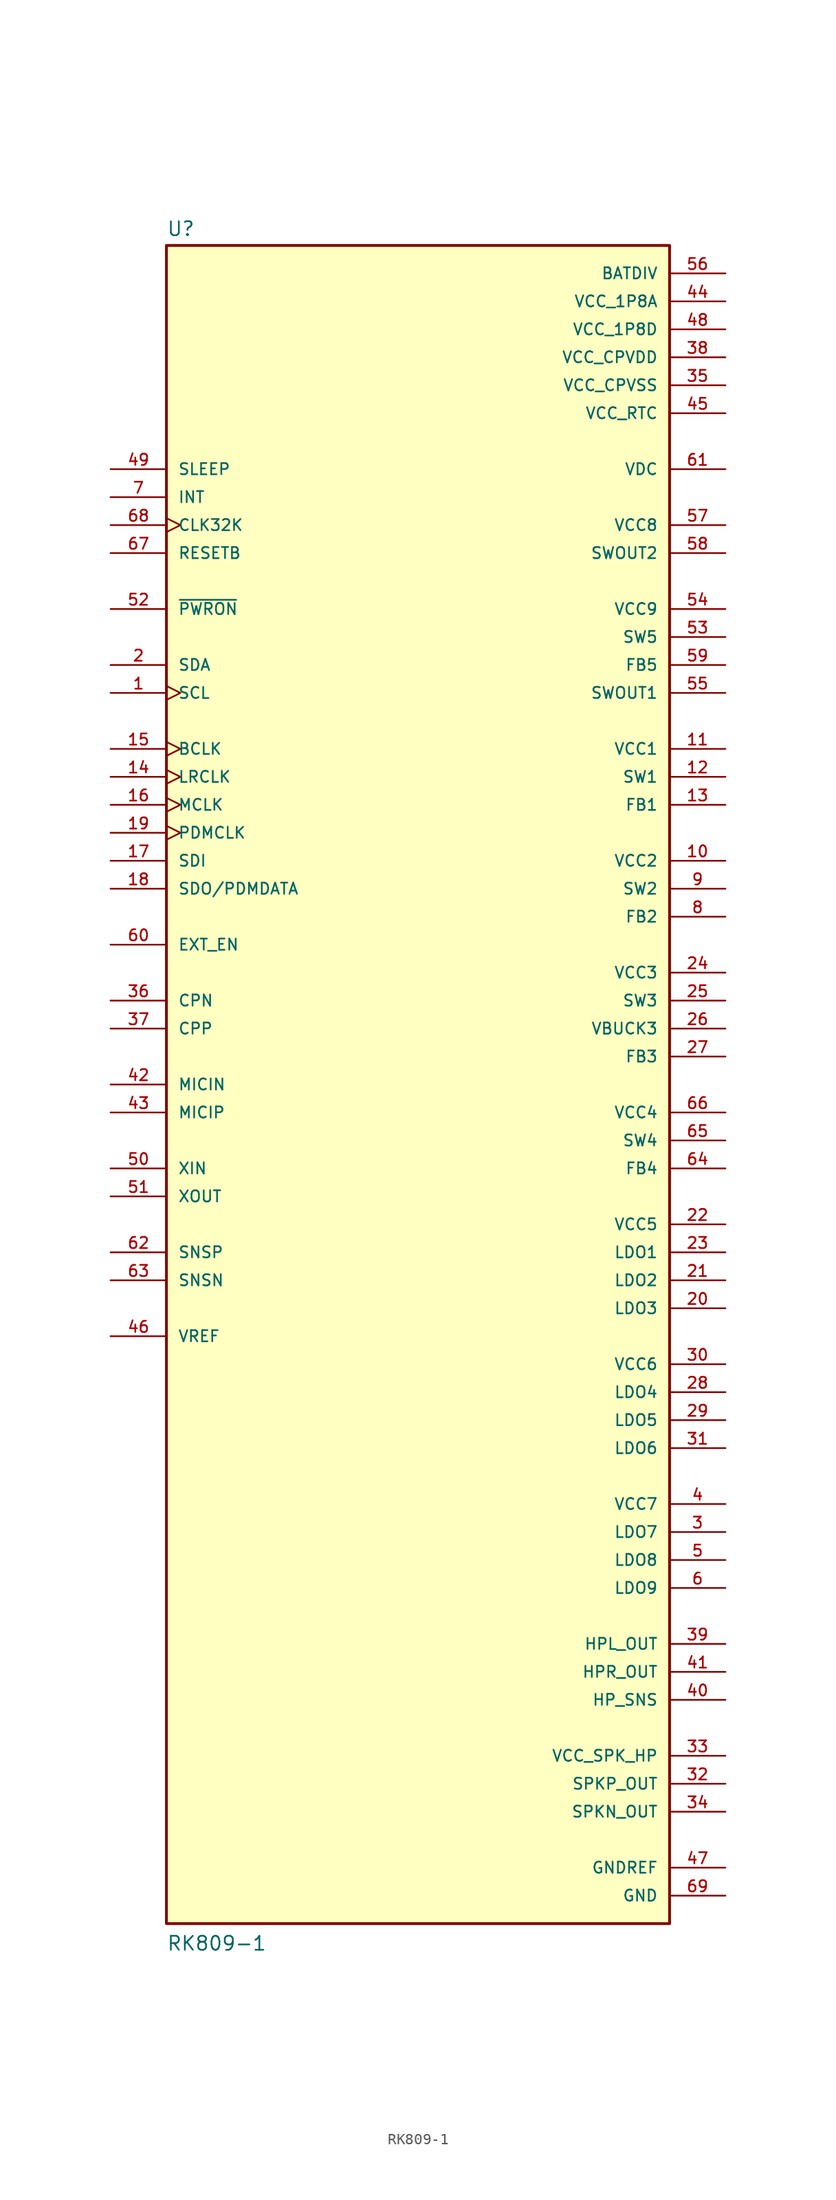
<source format=kicad_sym>
(kicad_symbol_lib
  (version 20211014)
  (generator kicad_symbol_editor)
  (symbol "RK809-1"
    (pin_names
      (offset 1.016))
    (property "Reference" "U"
      (at -22.86 76.962 0)
      (effects (font (size 1.27 1.27)) (justify bottom left)))
    (property "Value" "RK809-1"
      (at -22.86 -78.74 0)
      (effects (font (size 1.27 1.27)) (justify bottom left)))
    (symbol "RK809-1_0_0"
      (rectangle (start -22.86 -76.2) (end 22.86 76.2) (stroke (width 0.254)) (fill (type background)))
      (pin output line (at 27.94 17.78 180.0) (length 5.08) (name "SW2" (effects (font (size 1.016 1.016)))) (number "9" (effects (font (size 1.016 1.016)))))
      (pin bidirectional line (at -27.94 38.1 0) (length 5.08) (name "SDA" (effects (font (size 1.016 1.016)))) (number "2" (effects (font (size 1.016 1.016)))))
      (pin input clock (at -27.94 35.56 0) (length 5.08) (name "SCL" (effects (font (size 1.016 1.016)))) (number "1" (effects (font (size 1.016 1.016)))))
      (pin output line (at 27.94 -40.64 180.0) (length 5.08) (name "LDO7" (effects (font (size 1.016 1.016)))) (number "3" (effects (font (size 1.016 1.016)))))
      (pin power_in line (at 27.94 -38.1 180.0) (length 5.08) (name "VCC7" (effects (font (size 1.016 1.016)))) (number "4" (effects (font (size 1.016 1.016)))))
      (pin output line (at 27.94 -43.18 180.0) (length 5.08) (name "LDO8" (effects (font (size 1.016 1.016)))) (number "5" (effects (font (size 1.016 1.016)))))
      (pin output line (at 27.94 -45.72 180.0) (length 5.08) (name "LDO9" (effects (font (size 1.016 1.016)))) (number "6" (effects (font (size 1.016 1.016)))))
      (pin output line (at -27.94 53.34 0) (length 5.08) (name "INT" (effects (font (size 1.016 1.016)))) (number "7" (effects (font (size 1.016 1.016)))))
      (pin input line (at 27.94 15.24 180.0) (length 5.08) (name "FB2" (effects (font (size 1.016 1.016)))) (number "8" (effects (font (size 1.016 1.016)))))
      (pin power_in line (at 27.94 30.48 180.0) (length 5.08) (name "VCC1" (effects (font (size 1.016 1.016)))) (number "11" (effects (font (size 1.016 1.016)))))
      (pin output line (at 27.94 27.94 180.0) (length 5.08) (name "SW1" (effects (font (size 1.016 1.016)))) (number "12" (effects (font (size 1.016 1.016)))))
      (pin input line (at 27.94 25.4 180.0) (length 5.08) (name "FB1" (effects (font (size 1.016 1.016)))) (number "13" (effects (font (size 1.016 1.016)))))
      (pin input clock (at -27.94 27.94 0) (length 5.08) (name "LRCLK" (effects (font (size 1.016 1.016)))) (number "14" (effects (font (size 1.016 1.016)))))
      (pin input clock (at -27.94 30.48 0) (length 5.08) (name "BCLK" (effects (font (size 1.016 1.016)))) (number "15" (effects (font (size 1.016 1.016)))))
      (pin input clock (at -27.94 25.4 0) (length 5.08) (name "MCLK" (effects (font (size 1.016 1.016)))) (number "16" (effects (font (size 1.016 1.016)))))
      (pin input line (at -27.94 20.32 0) (length 5.08) (name "SDI" (effects (font (size 1.016 1.016)))) (number "17" (effects (font (size 1.016 1.016)))))
      (pin output line (at -27.94 17.78 0) (length 5.08) (name "SDO/PDMDATA" (effects (font (size 1.016 1.016)))) (number "18" (effects (font (size 1.016 1.016)))))
      (pin output clock (at -27.94 22.86 0) (length 5.08) (name "PDMCLK" (effects (font (size 1.016 1.016)))) (number "19" (effects (font (size 1.016 1.016)))))
      (pin output line (at 27.94 -20.32 180.0) (length 5.08) (name "LDO3" (effects (font (size 1.016 1.016)))) (number "20" (effects (font (size 1.016 1.016)))))
      (pin output line (at 27.94 -17.78 180.0) (length 5.08) (name "LDO2" (effects (font (size 1.016 1.016)))) (number "21" (effects (font (size 1.016 1.016)))))
      (pin power_in line (at 27.94 -12.7 180.0) (length 5.08) (name "VCC5" (effects (font (size 1.016 1.016)))) (number "22" (effects (font (size 1.016 1.016)))))
      (pin output line (at 27.94 -15.24 180.0) (length 5.08) (name "LDO1" (effects (font (size 1.016 1.016)))) (number "23" (effects (font (size 1.016 1.016)))))
      (pin power_in line (at 27.94 10.16 180.0) (length 5.08) (name "VCC3" (effects (font (size 1.016 1.016)))) (number "24" (effects (font (size 1.016 1.016)))))
      (pin output line (at 27.94 7.62 180.0) (length 5.08) (name "SW3" (effects (font (size 1.016 1.016)))) (number "25" (effects (font (size 1.016 1.016)))))
      (pin output line (at 27.94 5.08 180.0) (length 5.08) (name "VBUCK3" (effects (font (size 1.016 1.016)))) (number "26" (effects (font (size 1.016 1.016)))))
      (pin input line (at 27.94 2.54 180.0) (length 5.08) (name "FB3" (effects (font (size 1.016 1.016)))) (number "27" (effects (font (size 1.016 1.016)))))
      (pin output line (at 27.94 -27.94 180.0) (length 5.08) (name "LDO4" (effects (font (size 1.016 1.016)))) (number "28" (effects (font (size 1.016 1.016)))))
      (pin output line (at 27.94 -30.48 180.0) (length 5.08) (name "LDO5" (effects (font (size 1.016 1.016)))) (number "29" (effects (font (size 1.016 1.016)))))
      (pin power_in line (at 27.94 -25.4 180.0) (length 5.08) (name "VCC6" (effects (font (size 1.016 1.016)))) (number "30" (effects (font (size 1.016 1.016)))))
      (pin output line (at 27.94 -33.02 180.0) (length 5.08) (name "LDO6" (effects (font (size 1.016 1.016)))) (number "31" (effects (font (size 1.016 1.016)))))
      (pin output line (at 27.94 -63.5 180.0) (length 5.08) (name "SPKP_OUT" (effects (font (size 1.016 1.016)))) (number "32" (effects (font (size 1.016 1.016)))))
      (pin power_in line (at 27.94 -60.96 180.0) (length 5.08) (name "VCC_SPK_HP" (effects (font (size 1.016 1.016)))) (number "33" (effects (font (size 1.016 1.016)))))
      (pin output line (at 27.94 -66.04 180.0) (length 5.08) (name "SPKN_OUT" (effects (font (size 1.016 1.016)))) (number "34" (effects (font (size 1.016 1.016)))))
      (pin power_in line (at 27.94 63.5 180.0) (length 5.08) (name "VCC_CPVSS" (effects (font (size 1.016 1.016)))) (number "35" (effects (font (size 1.016 1.016)))))
      (pin input line (at -27.94 7.62 0) (length 5.08) (name "CPN" (effects (font (size 1.016 1.016)))) (number "36" (effects (font (size 1.016 1.016)))))
      (pin input line (at -27.94 5.08 0) (length 5.08) (name "CPP" (effects (font (size 1.016 1.016)))) (number "37" (effects (font (size 1.016 1.016)))))
      (pin power_in line (at 27.94 66.04 180.0) (length 5.08) (name "VCC_CPVDD" (effects (font (size 1.016 1.016)))) (number "38" (effects (font (size 1.016 1.016)))))
      (pin output line (at 27.94 -50.8 180.0) (length 5.08) (name "HPL_OUT" (effects (font (size 1.016 1.016)))) (number "39" (effects (font (size 1.016 1.016)))))
      (pin input line (at 27.94 -55.88 180.0) (length 5.08) (name "HP_SNS" (effects (font (size 1.016 1.016)))) (number "40" (effects (font (size 1.016 1.016)))))
      (pin output line (at 27.94 -53.34 180.0) (length 5.08) (name "HPR_OUT" (effects (font (size 1.016 1.016)))) (number "41" (effects (font (size 1.016 1.016)))))
      (pin input line (at -27.94 0.0 0) (length 5.08) (name "MICIN" (effects (font (size 1.016 1.016)))) (number "42" (effects (font (size 1.016 1.016)))))
      (pin input line (at -27.94 -2.54 0) (length 5.08) (name "MICIP" (effects (font (size 1.016 1.016)))) (number "43" (effects (font (size 1.016 1.016)))))
      (pin power_in line (at 27.94 71.12 180.0) (length 5.08) (name "VCC_1P8A" (effects (font (size 1.016 1.016)))) (number "44" (effects (font (size 1.016 1.016)))))
      (pin power_in line (at 27.94 60.96 180.0) (length 5.08) (name "VCC_RTC" (effects (font (size 1.016 1.016)))) (number "45" (effects (font (size 1.016 1.016)))))
      (pin input line (at -27.94 -22.86 0) (length 5.08) (name "VREF" (effects (font (size 1.016 1.016)))) (number "46" (effects (font (size 1.016 1.016)))))
      (pin power_in line (at 27.94 -71.12 180.0) (length 5.08) (name "GNDREF" (effects (font (size 1.016 1.016)))) (number "47" (effects (font (size 1.016 1.016)))))
      (pin power_in line (at 27.94 68.58 180.0) (length 5.08) (name "VCC_1P8D" (effects (font (size 1.016 1.016)))) (number "48" (effects (font (size 1.016 1.016)))))
      (pin input line (at -27.94 55.88 0) (length 5.08) (name "SLEEP" (effects (font (size 1.016 1.016)))) (number "49" (effects (font (size 1.016 1.016)))))
      (pin input line (at -27.94 -7.62 0) (length 5.08) (name "XIN" (effects (font (size 1.016 1.016)))) (number "50" (effects (font (size 1.016 1.016)))))
      (pin output line (at -27.94 -10.16 0) (length 5.08) (name "XOUT" (effects (font (size 1.016 1.016)))) (number "51" (effects (font (size 1.016 1.016)))))
      (pin input line (at -27.94 43.18 0) (length 5.08) (name "~{PWRON}" (effects (font (size 1.016 1.016)))) (number "52" (effects (font (size 1.016 1.016)))))
      (pin output line (at 27.94 40.64 180.0) (length 5.08) (name "SW5" (effects (font (size 1.016 1.016)))) (number "53" (effects (font (size 1.016 1.016)))))
      (pin power_in line (at 27.94 43.18 180.0) (length 5.08) (name "VCC9" (effects (font (size 1.016 1.016)))) (number "54" (effects (font (size 1.016 1.016)))))
      (pin output line (at 27.94 35.56 180.0) (length 5.08) (name "SWOUT1" (effects (font (size 1.016 1.016)))) (number "55" (effects (font (size 1.016 1.016)))))
      (pin power_in line (at 27.94 73.66 180.0) (length 5.08) (name "BATDIV" (effects (font (size 1.016 1.016)))) (number "56" (effects (font (size 1.016 1.016)))))
      (pin output line (at 27.94 48.26 180.0) (length 5.08) (name "SWOUT2" (effects (font (size 1.016 1.016)))) (number "58" (effects (font (size 1.016 1.016)))))
      (pin input line (at 27.94 -7.62 180.0) (length 5.08) (name "FB4" (effects (font (size 1.016 1.016)))) (number "64" (effects (font (size 1.016 1.016)))))
      (pin input line (at -27.94 12.7 0) (length 5.08) (name "EXT_EN" (effects (font (size 1.016 1.016)))) (number "60" (effects (font (size 1.016 1.016)))))
      (pin output line (at 27.94 55.88 180.0) (length 5.08) (name "VDC" (effects (font (size 1.016 1.016)))) (number "61" (effects (font (size 1.016 1.016)))))
      (pin input line (at -27.94 -17.78 0) (length 5.08) (name "SNSN" (effects (font (size 1.016 1.016)))) (number "63" (effects (font (size 1.016 1.016)))))
      (pin input line (at -27.94 -15.24 0) (length 5.08) (name "SNSP" (effects (font (size 1.016 1.016)))) (number "62" (effects (font (size 1.016 1.016)))))
      (pin input line (at 27.94 38.1 180.0) (length 5.08) (name "FB5" (effects (font (size 1.016 1.016)))) (number "59" (effects (font (size 1.016 1.016)))))
      (pin output line (at 27.94 -5.08 180.0) (length 5.08) (name "SW4" (effects (font (size 1.016 1.016)))) (number "65" (effects (font (size 1.016 1.016)))))
      (pin input line (at -27.94 48.26 0) (length 5.08) (name "RESETB" (effects (font (size 1.016 1.016)))) (number "67" (effects (font (size 1.016 1.016)))))
      (pin output clock (at -27.94 50.8 0) (length 5.08) (name "CLK32K" (effects (font (size 1.016 1.016)))) (number "68" (effects (font (size 1.016 1.016)))))
      (pin power_in line (at 27.94 -73.66 180.0) (length 5.08) (name "GND" (effects (font (size 1.016 1.016)))) (number "69" (effects (font (size 1.016 1.016)))))
      (pin power_in line (at 27.94 20.32 180.0) (length 5.08) (name "VCC2" (effects (font (size 1.016 1.016)))) (number "10" (effects (font (size 1.016 1.016)))))
      (pin power_in line (at 27.94 -2.54 180.0) (length 5.08) (name "VCC4" (effects (font (size 1.016 1.016)))) (number "66" (effects (font (size 1.016 1.016)))))
      (pin power_in line (at 27.94 50.8 180.0) (length 5.08) (name "VCC8" (effects (font (size 1.016 1.016)))) (number "57" (effects (font (size 1.016 1.016))))))))
</source>
